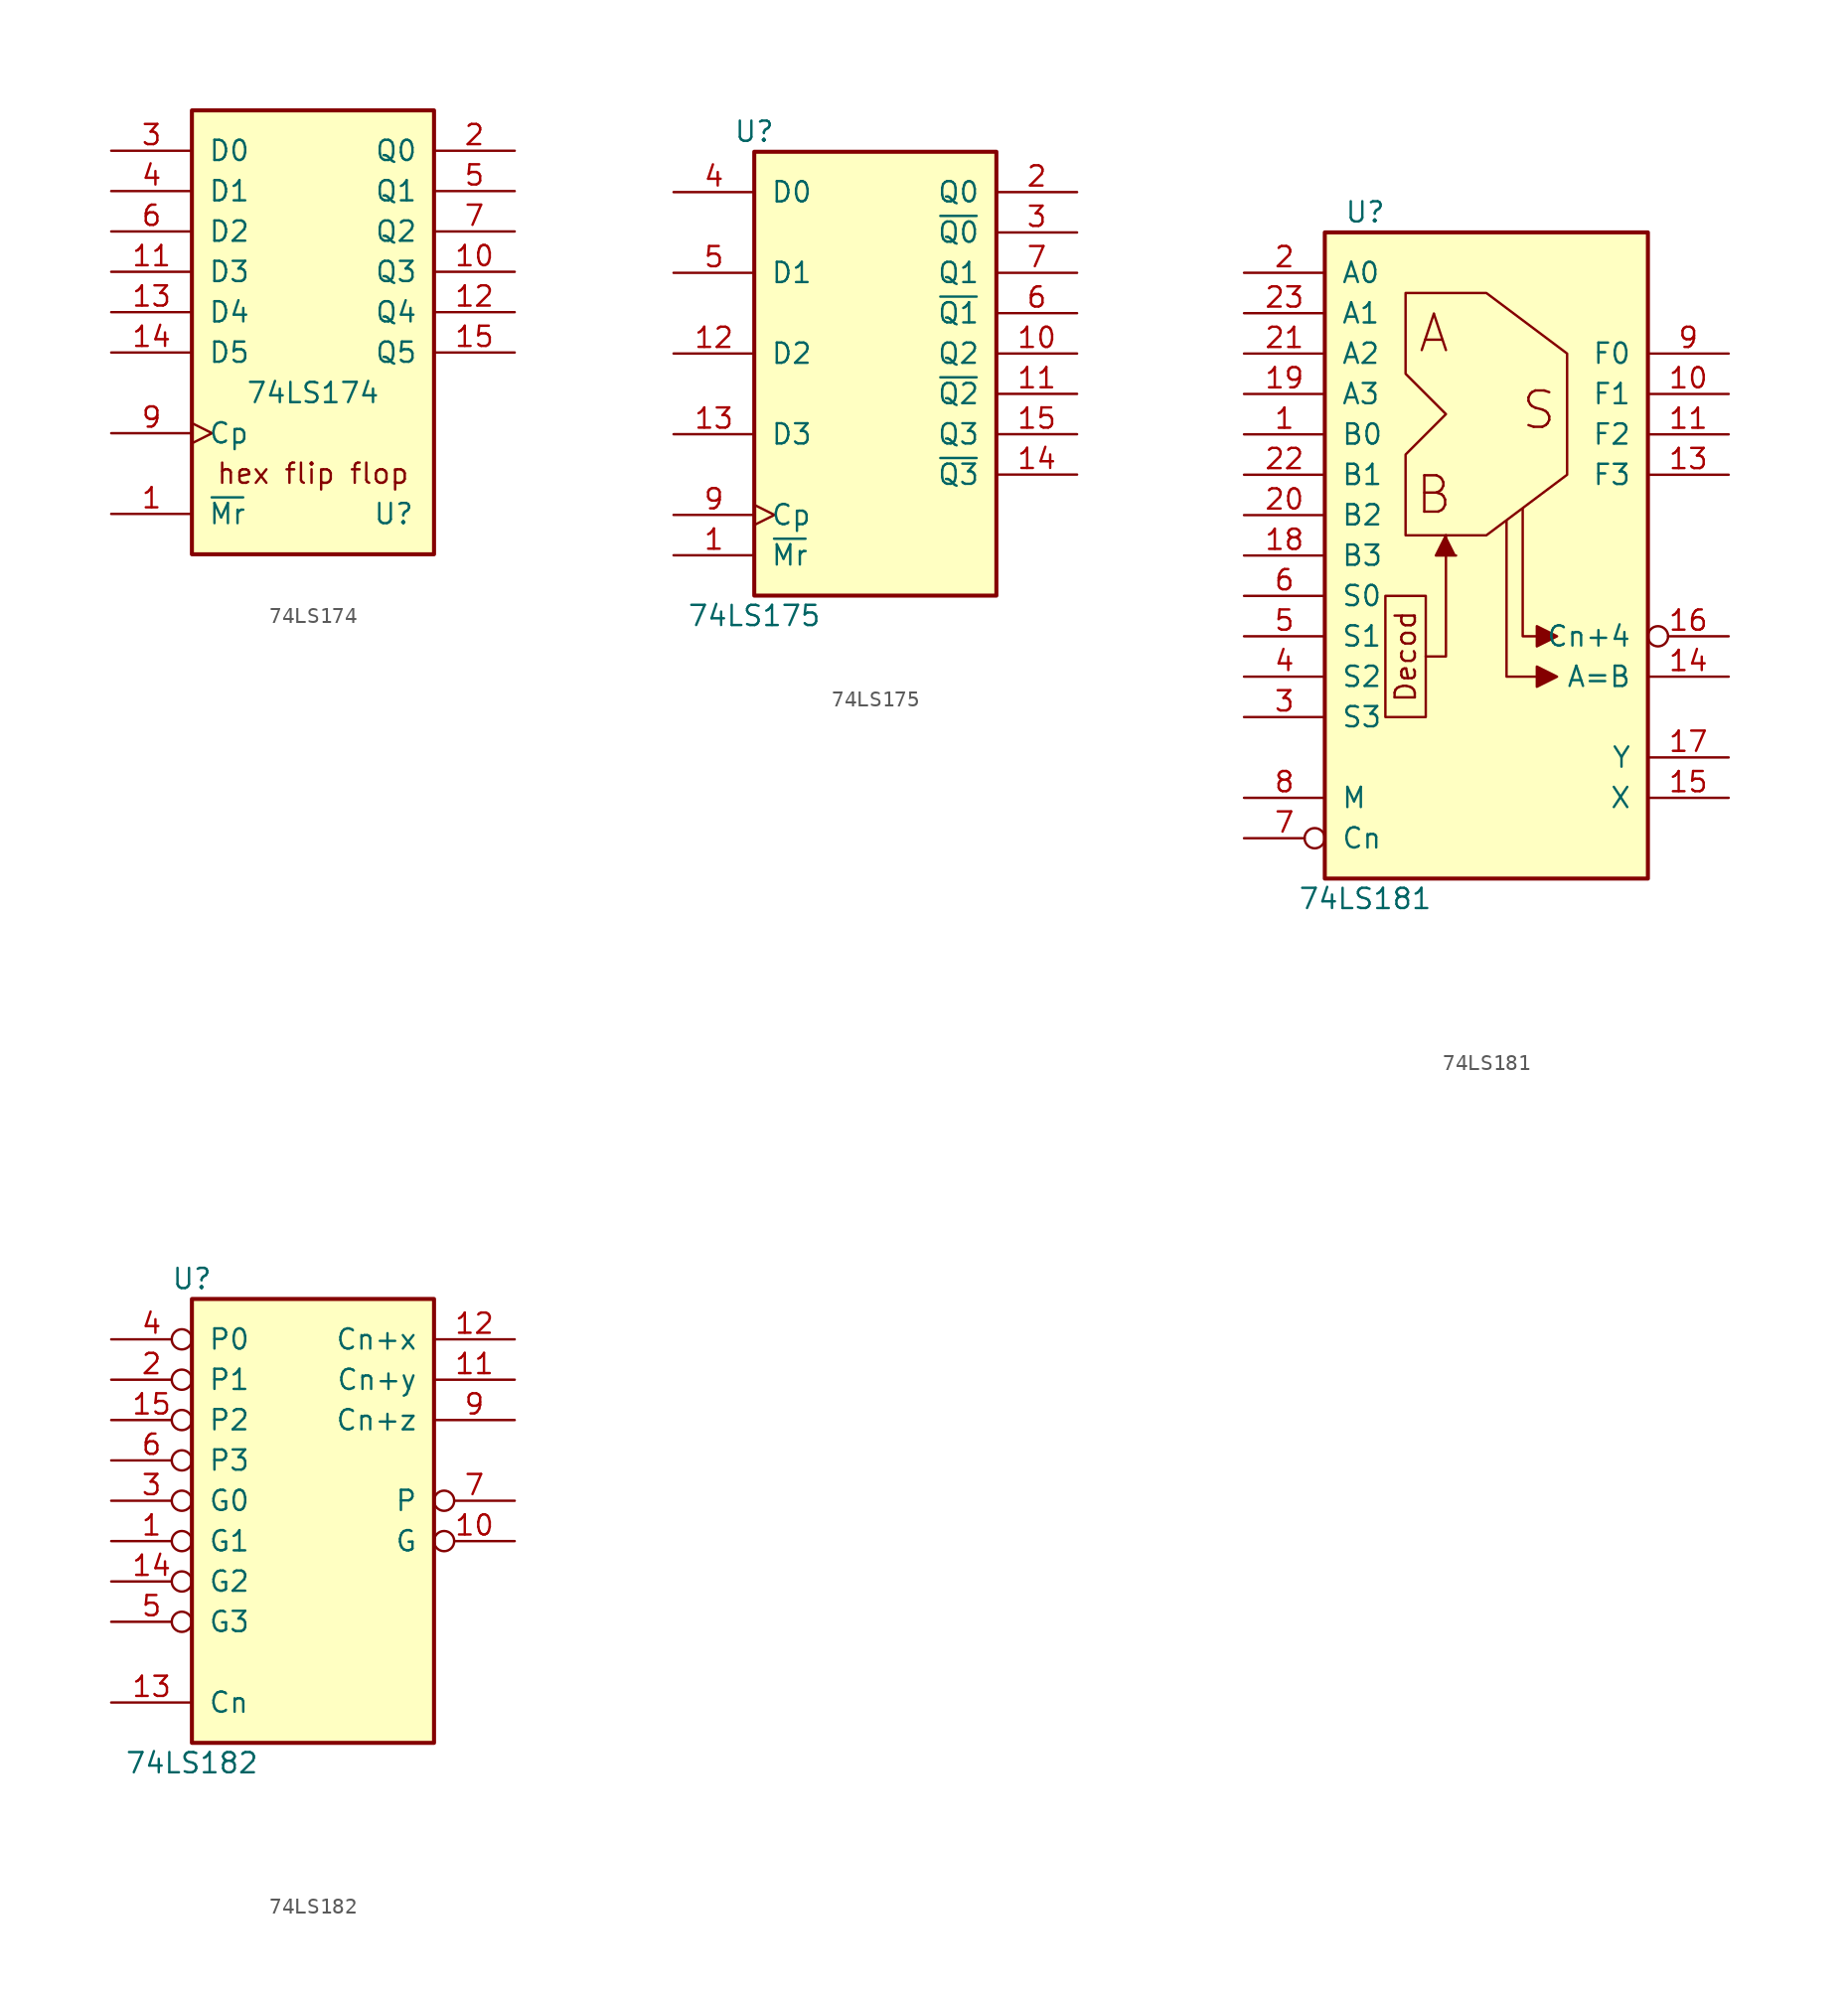
<source format=kicad_sym>
(kicad_symbol_lib
  (version 20211014)
  (generator kicad_symbol_editor)
  (symbol "74LS174"
    (pin_names
      (offset 1.016))
    (property "Reference" "U"
      (at 5.08 -12.7 0)
      (effects (font (size 1.27 1.27))))
    (property "Value" "74LS174"
      (at 0 -5.08 0)
      (effects (font (size 1.27 1.27))))
    (property "ki_locked" ""
      (at 0 0 0)
      (effects (font (size 1.27 1.27))))
    (symbol "74LS174_0_0"
      (text "hex flip flop" (at 0 -10.16 0) (effects (font (size 1.27 1.27)))))
    (symbol "74LS174_1_0"
      (pin input line (at -12.7 -12.7 0) (length 5.08) (name "~{Mr}" (effects (font (size 1.27 1.27)))) (number "1" (effects (font (size 1.27 1.27)))))
      (pin output line (at 12.7 2.54 180) (length 5.08) (name "Q3" (effects (font (size 1.27 1.27)))) (number "10" (effects (font (size 1.27 1.27)))))
      (pin input line (at -12.7 2.54 0) (length 5.08) (name "D3" (effects (font (size 1.27 1.27)))) (number "11" (effects (font (size 1.27 1.27)))))
      (pin output line (at 12.7 0 180) (length 5.08) (name "Q4" (effects (font (size 1.27 1.27)))) (number "12" (effects (font (size 1.27 1.27)))))
      (pin input line (at -12.7 0 0) (length 5.08) (name "D4" (effects (font (size 1.27 1.27)))) (number "13" (effects (font (size 1.27 1.27)))))
      (pin input line (at -12.7 -2.54 0) (length 5.08) (name "D5" (effects (font (size 1.27 1.27)))) (number "14" (effects (font (size 1.27 1.27)))))
      (pin output line (at 12.7 -2.54 180) (length 5.08) (name "Q5" (effects (font (size 1.27 1.27)))) (number "15" (effects (font (size 1.27 1.27)))))
      (pin output line (at 12.7 10.16 180) (length 5.08) (name "Q0" (effects (font (size 1.27 1.27)))) (number "2" (effects (font (size 1.27 1.27)))))
      (pin input line (at -12.7 10.16 0) (length 5.08) (name "D0" (effects (font (size 1.27 1.27)))) (number "3" (effects (font (size 1.27 1.27)))))
      (pin input line (at -12.7 7.62 0) (length 5.08) (name "D1" (effects (font (size 1.27 1.27)))) (number "4" (effects (font (size 1.27 1.27)))))
      (pin output line (at 12.7 7.62 180) (length 5.08) (name "Q1" (effects (font (size 1.27 1.27)))) (number "5" (effects (font (size 1.27 1.27)))))
      (pin input line (at -12.7 5.08 0) (length 5.08) (name "D2" (effects (font (size 1.27 1.27)))) (number "6" (effects (font (size 1.27 1.27)))))
      (pin output line (at 12.7 5.08 180) (length 5.08) (name "Q2" (effects (font (size 1.27 1.27)))) (number "7" (effects (font (size 1.27 1.27)))))
      (pin input clock (at -12.7 -7.62 0) (length 5.08) (name "Cp" (effects (font (size 1.27 1.27)))) (number "9" (effects (font (size 1.27 1.27))))))
    (symbol "74LS174_1_1"
      (rectangle (start -7.62 12.7) (end 7.62 -15.24) (stroke (width 0.254) (type default) (color 0 0 0 0)) (fill (type background)))))
  (symbol "74LS175"
    (pin_names
      (offset 1.016))
    (property "Reference" "U"
      (at -7.62 13.97 0)
      (effects (font (size 1.27 1.27))))
    (property "Value" "74LS175"
      (at -7.62 -16.51 0)
      (effects (font (size 1.27 1.27))))
    (property "ki_locked" ""
      (at 0 0 0)
      (effects (font (size 1.27 1.27))))
    (symbol "74LS175_1_0"
      (pin input line (at -12.7 -12.7 0) (length 5.08) (name "~{Mr}" (effects (font (size 1.27 1.27)))) (number "1" (effects (font (size 1.27 1.27)))))
      (pin output line (at 12.7 0 180) (length 5.08) (name "Q2" (effects (font (size 1.27 1.27)))) (number "10" (effects (font (size 1.27 1.27)))))
      (pin output line (at 12.7 -2.54 180) (length 5.08) (name "~{Q2}" (effects (font (size 1.27 1.27)))) (number "11" (effects (font (size 1.27 1.27)))))
      (pin input line (at -12.7 0 0) (length 5.08) (name "D2" (effects (font (size 1.27 1.27)))) (number "12" (effects (font (size 1.27 1.27)))))
      (pin input line (at -12.7 -5.08 0) (length 5.08) (name "D3" (effects (font (size 1.27 1.27)))) (number "13" (effects (font (size 1.27 1.27)))))
      (pin output line (at 12.7 -7.62 180) (length 5.08) (name "~{Q3}" (effects (font (size 1.27 1.27)))) (number "14" (effects (font (size 1.27 1.27)))))
      (pin output line (at 12.7 -5.08 180) (length 5.08) (name "Q3" (effects (font (size 1.27 1.27)))) (number "15" (effects (font (size 1.27 1.27)))))
      (pin output line (at 12.7 10.16 180) (length 5.08) (name "Q0" (effects (font (size 1.27 1.27)))) (number "2" (effects (font (size 1.27 1.27)))))
      (pin output line (at 12.7 7.62 180) (length 5.08) (name "~{Q0}" (effects (font (size 1.27 1.27)))) (number "3" (effects (font (size 1.27 1.27)))))
      (pin input line (at -12.7 10.16 0) (length 5.08) (name "D0" (effects (font (size 1.27 1.27)))) (number "4" (effects (font (size 1.27 1.27)))))
      (pin input line (at -12.7 5.08 0) (length 5.08) (name "D1" (effects (font (size 1.27 1.27)))) (number "5" (effects (font (size 1.27 1.27)))))
      (pin output line (at 12.7 2.54 180) (length 5.08) (name "~{Q1}" (effects (font (size 1.27 1.27)))) (number "6" (effects (font (size 1.27 1.27)))))
      (pin output line (at 12.7 5.08 180) (length 5.08) (name "Q1" (effects (font (size 1.27 1.27)))) (number "7" (effects (font (size 1.27 1.27)))))
      (pin input clock (at -12.7 -10.16 0) (length 5.08) (name "Cp" (effects (font (size 1.27 1.27)))) (number "9" (effects (font (size 1.27 1.27))))))
    (symbol "74LS175_1_1"
      (rectangle (start -7.62 12.7) (end 7.62 -15.24) (stroke (width 0.254) (type default) (color 0 0 0 0)) (fill (type background)))))
  (symbol "74LS181"
    (pin_names
      (offset 1.016))
    (property "Reference" "U"
      (at -7.62 21.59 0)
      (effects (font (size 1.27 1.27))))
    (property "Value" "74LS181"
      (at -7.62 -21.59 0)
      (effects (font (size 1.27 1.27))))
    (property "ki_locked" ""
      (at 0 0 0)
      (effects (font (size 1.27 1.27))))
    (symbol "74LS181_1_0"
      (polyline (pts (xy -3.81 -6.35) (xy -2.54 -6.35) (xy -2.54 1.27)) (stroke (width 0) (type default) (color 0 0 0 0)) (fill (type none)))
      (polyline (pts (xy -2.54 1.27) (xy -3.175 0) (xy -1.905 0)) (stroke (width 0) (type default) (color 0 0 0 0)) (fill (type outline)))
      (polyline (pts (xy 1.27 2.159) (xy 1.27 -7.62) (xy 3.175 -7.62)) (stroke (width 0) (type default) (color 0 0 0 0)) (fill (type none)))
      (polyline (pts (xy 3.175 -5.08) (xy 2.286 -5.08) (xy 2.286 2.921)) (stroke (width 0) (type default) (color 0 0 0 0)) (fill (type none)))
      (polyline (pts (xy 4.445 -7.62) (xy 3.175 -6.985) (xy 3.175 -8.255) (xy 4.445 -7.62)) (stroke (width 0) (type default) (color 0 0 0 0)) (fill (type outline)))
      (polyline (pts (xy 4.445 -5.08) (xy 3.175 -4.445) (xy 3.175 -5.715) (xy 4.445 -5.08)) (stroke (width 0) (type default) (color 0 0 0 0)) (fill (type outline)))
      (polyline (pts (xy -6.35 -2.54) (xy -6.35 -10.16) (xy -3.81 -10.16) (xy -3.81 -2.54) (xy -6.35 -2.54)) (stroke (width 0) (type default) (color 0 0 0 0)) (fill (type none)))
      (polyline (pts (xy -5.08 16.51) (xy -5.08 11.43) (xy -2.54 8.89) (xy -5.08 6.35) (xy -5.08 1.27) (xy 0 1.27) (xy 5.08 5.08) (xy 5.08 12.7) (xy 0 16.51) (xy -5.08 16.51)) (stroke (width 0) (type default) (color 0 0 0 0)) (fill (type none)))
      (text "A" (at -3.302 13.97 0) (effects (font (size 2.286 2.286))))
      (text "B" (at -3.302 3.81 0) (effects (font (size 2.286 2.286))))
      (text "Decod" (at -5.08 -6.35 900) (effects (font (size 1.27 1.27))))
      (text "S" (at 3.302 9.144 0) (effects (font (size 2.286 2.286))))
      (pin input line (at -15.24 7.62 0) (length 5.08) (name "B0" (effects (font (size 1.27 1.27)))) (number "1" (effects (font (size 1.27 1.27)))))
      (pin output line (at 15.24 10.16 180) (length 5.08) (name "F1" (effects (font (size 1.27 1.27)))) (number "10" (effects (font (size 1.27 1.27)))))
      (pin output line (at 15.24 7.62 180) (length 5.08) (name "F2" (effects (font (size 1.27 1.27)))) (number "11" (effects (font (size 1.27 1.27)))))
      (pin input line (at 0 -25.4 90) (length 5.08) hide (name "GND" (effects (font (size 1.27 1.27)))) (number "12" (effects (font (size 1.27 1.27)))))
      (pin output line (at 15.24 5.08 180) (length 5.08) (name "F3" (effects (font (size 1.27 1.27)))) (number "13" (effects (font (size 1.27 1.27)))))
      (pin output line (at 15.24 -7.62 180) (length 5.08) (name "A=B" (effects (font (size 1.27 1.27)))) (number "14" (effects (font (size 1.27 1.27)))))
      (pin output line (at 15.24 -15.24 180) (length 5.08) (name "X" (effects (font (size 1.27 1.27)))) (number "15" (effects (font (size 1.27 1.27)))))
      (pin output inverted (at 15.24 -5.08 180) (length 5.08) (name "Cn+4" (effects (font (size 1.27 1.27)))) (number "16" (effects (font (size 1.27 1.27)))))
      (pin output line (at 15.24 -12.7 180) (length 5.08) (name "Y" (effects (font (size 1.27 1.27)))) (number "17" (effects (font (size 1.27 1.27)))))
      (pin input line (at -15.24 0 0) (length 5.08) (name "B3" (effects (font (size 1.27 1.27)))) (number "18" (effects (font (size 1.27 1.27)))))
      (pin input line (at -15.24 10.16 0) (length 5.08) (name "A3" (effects (font (size 1.27 1.27)))) (number "19" (effects (font (size 1.27 1.27)))))
      (pin input line (at -15.24 17.78 0) (length 5.08) (name "A0" (effects (font (size 1.27 1.27)))) (number "2" (effects (font (size 1.27 1.27)))))
      (pin input line (at -15.24 2.54 0) (length 5.08) (name "B2" (effects (font (size 1.27 1.27)))) (number "20" (effects (font (size 1.27 1.27)))))
      (pin input line (at -15.24 12.7 0) (length 5.08) (name "A2" (effects (font (size 1.27 1.27)))) (number "21" (effects (font (size 1.27 1.27)))))
      (pin input line (at -15.24 5.08 0) (length 5.08) (name "B1" (effects (font (size 1.27 1.27)))) (number "22" (effects (font (size 1.27 1.27)))))
      (pin input line (at -15.24 15.24 0) (length 5.08) (name "A1" (effects (font (size 1.27 1.27)))) (number "23" (effects (font (size 1.27 1.27)))))
      (pin input line (at 0 25.4 270) (length 5.08) hide (name "VCC" (effects (font (size 1.27 1.27)))) (number "24" (effects (font (size 1.27 1.27)))))
      (pin input line (at -15.24 -10.16 0) (length 5.08) (name "S3" (effects (font (size 1.27 1.27)))) (number "3" (effects (font (size 1.27 1.27)))))
      (pin input line (at -15.24 -7.62 0) (length 5.08) (name "S2" (effects (font (size 1.27 1.27)))) (number "4" (effects (font (size 1.27 1.27)))))
      (pin input line (at -15.24 -5.08 0) (length 5.08) (name "S1" (effects (font (size 1.27 1.27)))) (number "5" (effects (font (size 1.27 1.27)))))
      (pin input line (at -15.24 -2.54 0) (length 5.08) (name "S0" (effects (font (size 1.27 1.27)))) (number "6" (effects (font (size 1.27 1.27)))))
      (pin input inverted (at -15.24 -17.78 0) (length 5.08) (name "Cn" (effects (font (size 1.27 1.27)))) (number "7" (effects (font (size 1.27 1.27)))))
      (pin input line (at -15.24 -15.24 0) (length 5.08) (name "M" (effects (font (size 1.27 1.27)))) (number "8" (effects (font (size 1.27 1.27)))))
      (pin output line (at 15.24 12.7 180) (length 5.08) (name "F0" (effects (font (size 1.27 1.27)))) (number "9" (effects (font (size 1.27 1.27))))))
    (symbol "74LS181_1_1"
      (rectangle (start -10.16 20.32) (end 10.16 -20.32) (stroke (width 0.254) (type default) (color 0 0 0 0)) (fill (type background)))))
  (symbol "74LS182"
    (pin_names
      (offset 1.016))
    (property "Reference" "U"
      (at -7.62 13.97 0)
      (effects (font (size 1.27 1.27))))
    (property "Value" "74LS182"
      (at -7.62 -16.51 0)
      (effects (font (size 1.27 1.27))))
    (property "ki_locked" ""
      (at 0 0 0)
      (effects (font (size 1.27 1.27))))
    (symbol "74LS182_1_0"
      (pin input inverted (at -12.7 -2.54 0) (length 5.08) (name "G1" (effects (font (size 1.27 1.27)))) (number "1" (effects (font (size 1.27 1.27)))))
      (pin output inverted (at 12.7 -2.54 180) (length 5.08) (name "G" (effects (font (size 1.27 1.27)))) (number "10" (effects (font (size 1.27 1.27)))))
      (pin output line (at 12.7 7.62 180) (length 5.08) (name "Cn+y" (effects (font (size 1.27 1.27)))) (number "11" (effects (font (size 1.27 1.27)))))
      (pin output line (at 12.7 10.16 180) (length 5.08) (name "Cn+x" (effects (font (size 1.27 1.27)))) (number "12" (effects (font (size 1.27 1.27)))))
      (pin input line (at -12.7 -12.7 0) (length 5.08) (name "Cn" (effects (font (size 1.27 1.27)))) (number "13" (effects (font (size 1.27 1.27)))))
      (pin input inverted (at -12.7 -5.08 0) (length 5.08) (name "G2" (effects (font (size 1.27 1.27)))) (number "14" (effects (font (size 1.27 1.27)))))
      (pin input inverted (at -12.7 5.08 0) (length 5.08) (name "P2" (effects (font (size 1.27 1.27)))) (number "15" (effects (font (size 1.27 1.27)))))
      (pin input line (at 0 17.78 270) (length 5.08) hide (name "VCC" (effects (font (size 1.27 1.27)))) (number "16" (effects (font (size 1.27 1.27)))))
      (pin input inverted (at -12.7 7.62 0) (length 5.08) (name "P1" (effects (font (size 1.27 1.27)))) (number "2" (effects (font (size 1.27 1.27)))))
      (pin input inverted (at -12.7 0 0) (length 5.08) (name "G0" (effects (font (size 1.27 1.27)))) (number "3" (effects (font (size 1.27 1.27)))))
      (pin input inverted (at -12.7 10.16 0) (length 5.08) (name "P0" (effects (font (size 1.27 1.27)))) (number "4" (effects (font (size 1.27 1.27)))))
      (pin input inverted (at -12.7 -7.62 0) (length 5.08) (name "G3" (effects (font (size 1.27 1.27)))) (number "5" (effects (font (size 1.27 1.27)))))
      (pin input inverted (at -12.7 2.54 0) (length 5.08) (name "P3" (effects (font (size 1.27 1.27)))) (number "6" (effects (font (size 1.27 1.27)))))
      (pin output inverted (at 12.7 0 180) (length 5.08) (name "P" (effects (font (size 1.27 1.27)))) (number "7" (effects (font (size 1.27 1.27)))))
      (pin input line (at 0 -20.32 90) (length 5.08) hide (name "GND" (effects (font (size 1.27 1.27)))) (number "8" (effects (font (size 1.27 1.27)))))
      (pin output line (at 12.7 5.08 180) (length 5.08) (name "Cn+z" (effects (font (size 1.27 1.27)))) (number "9" (effects (font (size 1.27 1.27))))))
    (symbol "74LS182_1_1"
      (rectangle (start -7.62 12.7) (end 7.62 -15.24) (stroke (width 0.254) (type default) (color 0 0 0 0)) (fill (type background))))))
</source>
